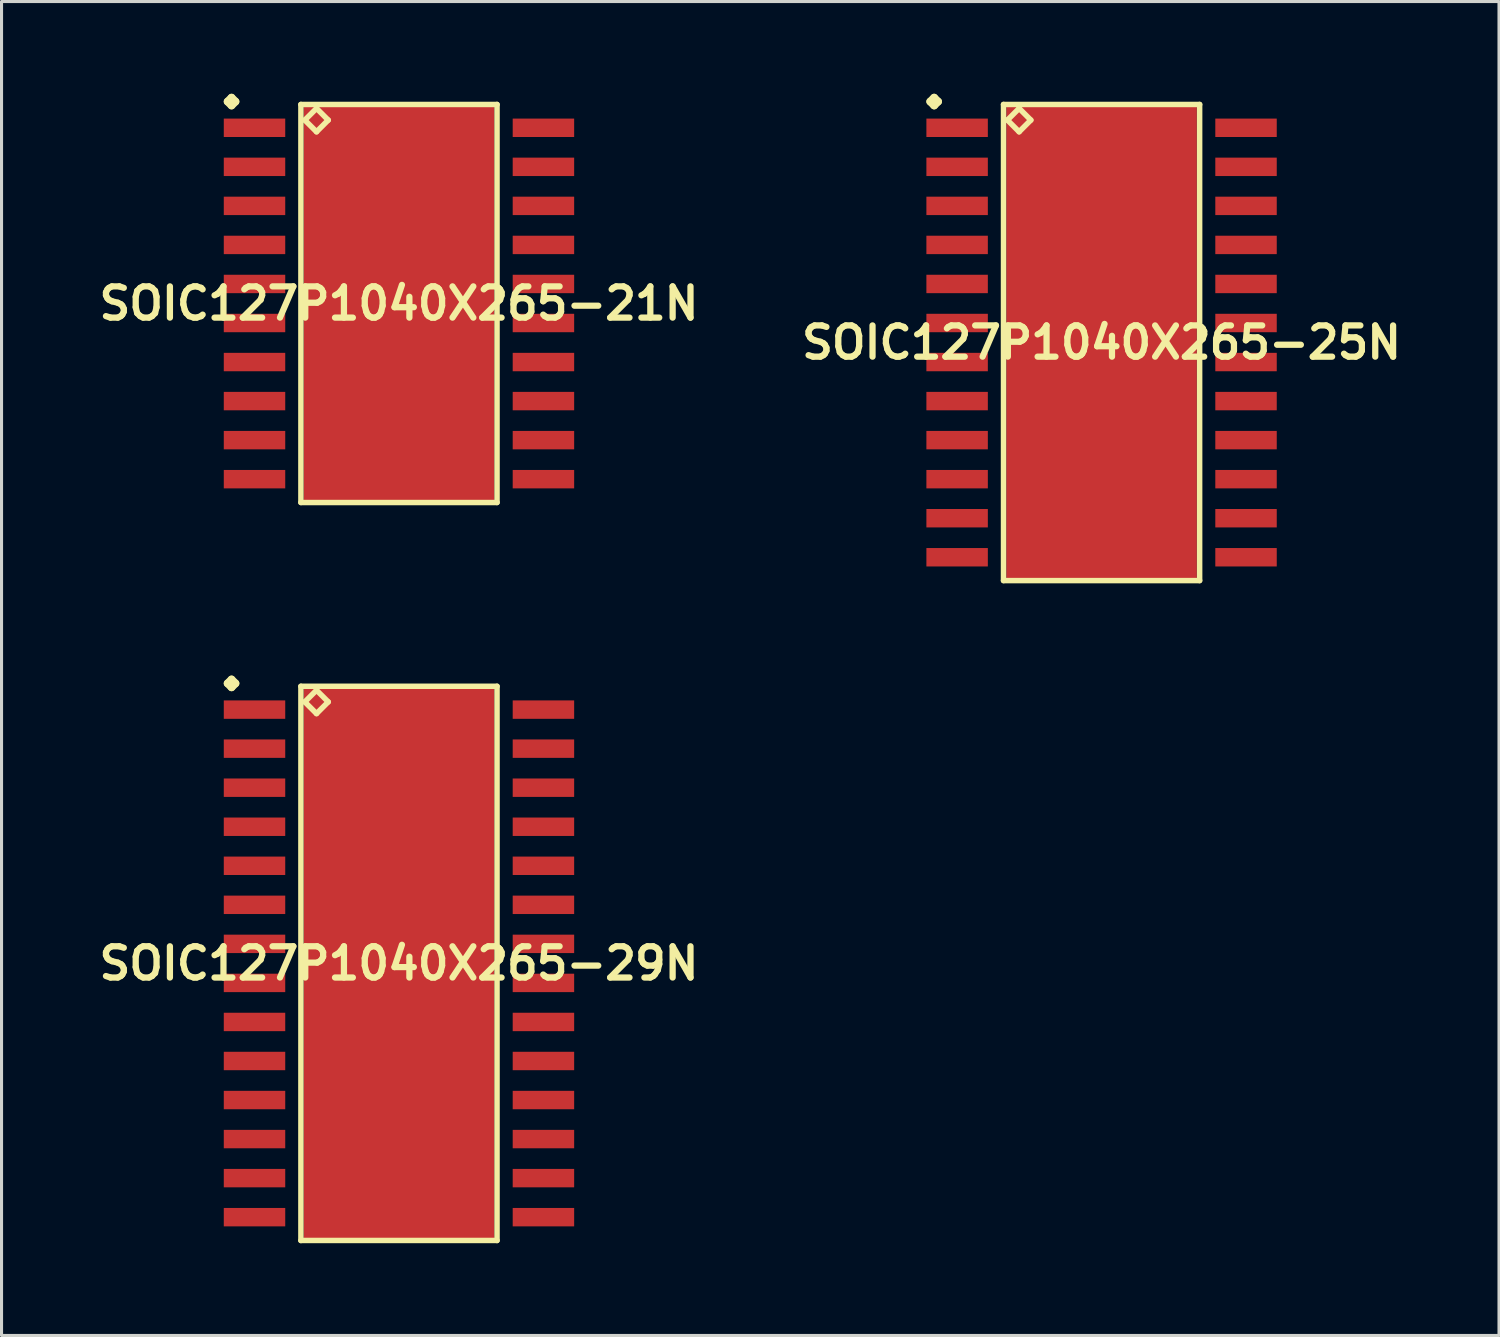
<source format=kicad_pcb>
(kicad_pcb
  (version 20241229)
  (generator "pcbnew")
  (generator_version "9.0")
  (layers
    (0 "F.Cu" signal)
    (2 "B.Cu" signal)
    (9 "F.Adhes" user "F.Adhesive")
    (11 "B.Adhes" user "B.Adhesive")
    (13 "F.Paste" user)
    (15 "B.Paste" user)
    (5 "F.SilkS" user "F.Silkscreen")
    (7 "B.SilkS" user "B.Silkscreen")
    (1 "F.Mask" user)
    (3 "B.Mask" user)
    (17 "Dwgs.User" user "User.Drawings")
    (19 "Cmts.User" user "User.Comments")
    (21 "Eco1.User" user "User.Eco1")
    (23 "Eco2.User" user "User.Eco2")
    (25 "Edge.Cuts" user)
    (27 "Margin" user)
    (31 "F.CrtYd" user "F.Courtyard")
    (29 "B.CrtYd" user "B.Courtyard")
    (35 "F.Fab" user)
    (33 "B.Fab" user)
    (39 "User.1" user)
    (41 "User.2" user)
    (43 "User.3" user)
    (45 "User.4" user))
  (footprint "SOIC127P1040X265-29N"
    (layer "F.Cu")
    (at 9.928 28.288)
    (property "Reference" "SOIC127P1040X265-29N" (at 0 0 0) (layer "F.SilkS") (effects (font (size 1.016 1.016) (thickness 0.203))))
    (attr smd)
    (fp_line (start -5.573 -9.108) (end -5.446 -9.235) (stroke (width 0.254) (type solid)) (layer "F.SilkS"))
    (fp_line (start -5.446 -9.235) (end -5.319 -9.108) (stroke (width 0.254) (type solid)) (layer "F.SilkS"))
    (fp_line (start -5.446 -8.981) (end -5.573 -9.108) (stroke (width 0.254) (type solid)) (layer "F.SilkS"))
    (fp_line (start -5.319 -9.108) (end -5.446 -8.981) (stroke (width 0.254) (type solid)) (layer "F.SilkS"))
    (fp_line (start -3.19 -9.014) (end -3.19 9.014) (stroke (width 0.178) (type solid)) (layer "F.SilkS"))
    (fp_line (start -3.19 9.014) (end 3.19 9.014) (stroke (width 0.178) (type solid)) (layer "F.SilkS"))
    (fp_line (start -3.063 -8.506) (end -2.682 -8.887) (stroke (width 0.178) (type solid)) (layer "F.SilkS"))
    (fp_line (start -2.682 -8.887) (end -2.301 -8.506) (stroke (width 0.178) (type solid)) (layer "F.SilkS"))
    (fp_line (start -2.682 -8.125) (end -3.063 -8.506) (stroke (width 0.178) (type solid)) (layer "F.SilkS"))
    (fp_line (start -2.301 -8.506) (end -2.682 -8.125) (stroke (width 0.178) (type solid)) (layer "F.SilkS"))
    (fp_line (start 3.19 -9.014) (end -3.19 -9.014) (stroke (width 0.178) (type solid)) (layer "F.SilkS"))
    (fp_line (start 3.19 9.014) (end 3.19 -9.014) (stroke (width 0.178) (type solid)) (layer "F.SilkS"))
    (pad "1" smd rect (at -4.699 -8.255) (size 1.999 0.599) (layers "F.Cu" "F.Mask" "F.Paste"))
    (pad "2" smd rect (at -4.699 -6.985) (size 1.999 0.599) (layers "F.Cu" "F.Mask" "F.Paste"))
    (pad "3" smd rect (at -4.699 -5.715) (size 1.999 0.599) (layers "F.Cu" "F.Mask" "F.Paste"))
    (pad "4" smd rect (at -4.699 -4.445) (size 1.999 0.599) (layers "F.Cu" "F.Mask" "F.Paste"))
    (pad "5" smd rect (at -4.699 -3.175) (size 1.999 0.599) (layers "F.Cu" "F.Mask" "F.Paste"))
    (pad "6" smd rect (at -4.699 -1.905) (size 1.999 0.599) (layers "F.Cu" "F.Mask" "F.Paste"))
    (pad "7" smd rect (at -4.699 -0.635) (size 1.999 0.599) (layers "F.Cu" "F.Mask" "F.Paste"))
    (pad "8" smd rect (at -4.699 0.635) (size 1.999 0.599) (layers "F.Cu" "F.Mask" "F.Paste"))
    (pad "9" smd rect (at -4.699 1.905) (size 1.999 0.599) (layers "F.Cu" "F.Mask" "F.Paste"))
    (pad "10" smd rect (at -4.699 3.175) (size 1.999 0.599) (layers "F.Cu" "F.Mask" "F.Paste"))
    (pad "11" smd rect (at -4.699 4.445) (size 1.999 0.599) (layers "F.Cu" "F.Mask" "F.Paste"))
    (pad "12" smd rect (at -4.699 5.715) (size 1.999 0.599) (layers "F.Cu" "F.Mask" "F.Paste"))
    (pad "13" smd rect (at -4.699 6.985) (size 1.999 0.599) (layers "F.Cu" "F.Mask" "F.Paste"))
    (pad "14" smd rect (at -4.699 8.255) (size 1.999 0.599) (layers "F.Cu" "F.Mask" "F.Paste"))
    (pad "15" smd rect (at 4.699 8.255) (size 1.999 0.599) (layers "F.Cu" "F.Mask" "F.Paste"))
    (pad "16" smd rect (at 4.699 6.985) (size 1.999 0.599) (layers "F.Cu" "F.Mask" "F.Paste"))
    (pad "17" smd rect (at 4.699 5.715) (size 1.999 0.599) (layers "F.Cu" "F.Mask" "F.Paste"))
    (pad "18" smd rect (at 4.699 4.445) (size 1.999 0.599) (layers "F.Cu" "F.Mask" "F.Paste"))
    (pad "19" smd rect (at 4.699 3.175) (size 1.999 0.599) (layers "F.Cu" "F.Mask" "F.Paste"))
    (pad "20" smd rect (at 4.699 1.905) (size 1.999 0.599) (layers "F.Cu" "F.Mask" "F.Paste"))
    (pad "21" smd rect (at 4.699 0.635) (size 1.999 0.599) (layers "F.Cu" "F.Mask" "F.Paste"))
    (pad "22" smd rect (at 4.699 -0.635) (size 1.999 0.599) (layers "F.Cu" "F.Mask" "F.Paste"))
    (pad "23" smd rect (at 4.699 -1.905) (size 1.999 0.599) (layers "F.Cu" "F.Mask" "F.Paste"))
    (pad "24" smd rect (at 4.699 -3.175) (size 1.999 0.599) (layers "F.Cu" "F.Mask" "F.Paste"))
    (pad "25" smd rect (at 4.699 -4.445) (size 1.999 0.599) (layers "F.Cu" "F.Mask" "F.Paste"))
    (pad "26" smd rect (at 4.699 -5.715) (size 1.999 0.599) (layers "F.Cu" "F.Mask" "F.Paste"))
    (pad "27" smd rect (at 4.699 -6.985) (size 1.999 0.599) (layers "F.Cu" "F.Mask" "F.Paste"))
    (pad "28" smd rect (at 4.699 -8.255) (size 1.999 0.599) (layers "F.Cu" "F.Mask" "F.Paste"))
    (pad "29" smd rect (at 0 0) (size 6.198 17.998) (layers "F.Cu" "F.Mask" "F.Paste")))
  (footprint "SOIC127P1040X265-25N"
    (layer "F.Cu")
    (at 32.783 8.092)
    (property "Reference" "SOIC127P1040X265-25N" (at 0 0 0) (layer "F.SilkS") (effects (font (size 1.016 1.016) (thickness 0.203))))
    (attr smd)
    (fp_line (start -5.573 -7.838) (end -5.446 -7.965) (stroke (width 0.254) (type solid)) (layer "F.SilkS"))
    (fp_line (start -5.446 -7.965) (end -5.319 -7.838) (stroke (width 0.254) (type solid)) (layer "F.SilkS"))
    (fp_line (start -5.446 -7.711) (end -5.573 -7.838) (stroke (width 0.254) (type solid)) (layer "F.SilkS"))
    (fp_line (start -5.319 -7.838) (end -5.446 -7.711) (stroke (width 0.254) (type solid)) (layer "F.SilkS"))
    (fp_line (start -3.19 -7.744) (end -3.19 7.744) (stroke (width 0.178) (type solid)) (layer "F.SilkS"))
    (fp_line (start -3.19 7.744) (end 3.19 7.744) (stroke (width 0.178) (type solid)) (layer "F.SilkS"))
    (fp_line (start -3.063 -7.236) (end -2.682 -7.617) (stroke (width 0.178) (type solid)) (layer "F.SilkS"))
    (fp_line (start -2.682 -7.617) (end -2.301 -7.236) (stroke (width 0.178) (type solid)) (layer "F.SilkS"))
    (fp_line (start -2.682 -6.855) (end -3.063 -7.236) (stroke (width 0.178) (type solid)) (layer "F.SilkS"))
    (fp_line (start -2.301 -7.236) (end -2.682 -6.855) (stroke (width 0.178) (type solid)) (layer "F.SilkS"))
    (fp_line (start 3.19 -7.744) (end -3.19 -7.744) (stroke (width 0.178) (type solid)) (layer "F.SilkS"))
    (fp_line (start 3.19 7.744) (end 3.19 -7.744) (stroke (width 0.178) (type solid)) (layer "F.SilkS"))
    (pad "1" smd rect (at -4.699 -6.985) (size 1.999 0.599) (layers "F.Cu" "F.Mask" "F.Paste"))
    (pad "2" smd rect (at -4.699 -5.715) (size 1.999 0.599) (layers "F.Cu" "F.Mask" "F.Paste"))
    (pad "3" smd rect (at -4.699 -4.445) (size 1.999 0.599) (layers "F.Cu" "F.Mask" "F.Paste"))
    (pad "4" smd rect (at -4.699 -3.175) (size 1.999 0.599) (layers "F.Cu" "F.Mask" "F.Paste"))
    (pad "5" smd rect (at -4.699 -1.905) (size 1.999 0.599) (layers "F.Cu" "F.Mask" "F.Paste"))
    (pad "6" smd rect (at -4.699 -0.635) (size 1.999 0.599) (layers "F.Cu" "F.Mask" "F.Paste"))
    (pad "7" smd rect (at -4.699 0.635) (size 1.999 0.599) (layers "F.Cu" "F.Mask" "F.Paste"))
    (pad "8" smd rect (at -4.699 1.905) (size 1.999 0.599) (layers "F.Cu" "F.Mask" "F.Paste"))
    (pad "9" smd rect (at -4.699 3.175) (size 1.999 0.599) (layers "F.Cu" "F.Mask" "F.Paste"))
    (pad "10" smd rect (at -4.699 4.445) (size 1.999 0.599) (layers "F.Cu" "F.Mask" "F.Paste"))
    (pad "11" smd rect (at -4.699 5.715) (size 1.999 0.599) (layers "F.Cu" "F.Mask" "F.Paste"))
    (pad "12" smd rect (at -4.699 6.985) (size 1.999 0.599) (layers "F.Cu" "F.Mask" "F.Paste"))
    (pad "13" smd rect (at 4.699 6.985) (size 1.999 0.599) (layers "F.Cu" "F.Mask" "F.Paste"))
    (pad "14" smd rect (at 4.699 5.715) (size 1.999 0.599) (layers "F.Cu" "F.Mask" "F.Paste"))
    (pad "15" smd rect (at 4.699 4.445) (size 1.999 0.599) (layers "F.Cu" "F.Mask" "F.Paste"))
    (pad "16" smd rect (at 4.699 3.175) (size 1.999 0.599) (layers "F.Cu" "F.Mask" "F.Paste"))
    (pad "17" smd rect (at 4.699 1.905) (size 1.999 0.599) (layers "F.Cu" "F.Mask" "F.Paste"))
    (pad "18" smd rect (at 4.699 0.635) (size 1.999 0.599) (layers "F.Cu" "F.Mask" "F.Paste"))
    (pad "19" smd rect (at 4.699 -0.635) (size 1.999 0.599) (layers "F.Cu" "F.Mask" "F.Paste"))
    (pad "20" smd rect (at 4.699 -1.905) (size 1.999 0.599) (layers "F.Cu" "F.Mask" "F.Paste"))
    (pad "21" smd rect (at 4.699 -3.175) (size 1.999 0.599) (layers "F.Cu" "F.Mask" "F.Paste"))
    (pad "22" smd rect (at 4.699 -4.445) (size 1.999 0.599) (layers "F.Cu" "F.Mask" "F.Paste"))
    (pad "23" smd rect (at 4.699 -5.715) (size 1.999 0.599) (layers "F.Cu" "F.Mask" "F.Paste"))
    (pad "24" smd rect (at 4.699 -6.985) (size 1.999 0.599) (layers "F.Cu" "F.Mask" "F.Paste"))
    (pad "25" smd rect (at 0 0) (size 6.198 15.448) (layers "F.Cu" "F.Mask" "F.Paste")))
  (footprint "SOIC127P1040X265-21N"
    (layer "F.Cu")
    (at 9.928 6.822)
    (property "Reference" "SOIC127P1040X265-21N" (at 0 0 0) (layer "F.SilkS") (effects (font (size 1.016 1.016) (thickness 0.203))))
    (attr smd)
    (fp_line (start -5.573 -6.568) (end -5.446 -6.695) (stroke (width 0.254) (type solid)) (layer "F.SilkS"))
    (fp_line (start -5.446 -6.695) (end -5.319 -6.568) (stroke (width 0.254) (type solid)) (layer "F.SilkS"))
    (fp_line (start -5.446 -6.441) (end -5.573 -6.568) (stroke (width 0.254) (type solid)) (layer "F.SilkS"))
    (fp_line (start -5.319 -6.568) (end -5.446 -6.441) (stroke (width 0.254) (type solid)) (layer "F.SilkS"))
    (fp_line (start -3.19 -6.474) (end -3.19 6.474) (stroke (width 0.178) (type solid)) (layer "F.SilkS"))
    (fp_line (start -3.19 6.474) (end 3.19 6.474) (stroke (width 0.178) (type solid)) (layer "F.SilkS"))
    (fp_line (start -3.063 -5.966) (end -2.682 -6.347) (stroke (width 0.178) (type solid)) (layer "F.SilkS"))
    (fp_line (start -2.682 -6.347) (end -2.301 -5.966) (stroke (width 0.178) (type solid)) (layer "F.SilkS"))
    (fp_line (start -2.682 -5.585) (end -3.063 -5.966) (stroke (width 0.178) (type solid)) (layer "F.SilkS"))
    (fp_line (start -2.301 -5.966) (end -2.682 -5.585) (stroke (width 0.178) (type solid)) (layer "F.SilkS"))
    (fp_line (start 3.19 -6.474) (end -3.19 -6.474) (stroke (width 0.178) (type solid)) (layer "F.SilkS"))
    (fp_line (start 3.19 6.474) (end 3.19 -6.474) (stroke (width 0.178) (type solid)) (layer "F.SilkS"))
    (pad "1" smd rect (at -4.699 -5.715) (size 1.999 0.599) (layers "F.Cu" "F.Mask" "F.Paste"))
    (pad "2" smd rect (at -4.699 -4.445) (size 1.999 0.599) (layers "F.Cu" "F.Mask" "F.Paste"))
    (pad "3" smd rect (at -4.699 -3.175) (size 1.999 0.599) (layers "F.Cu" "F.Mask" "F.Paste"))
    (pad "4" smd rect (at -4.699 -1.905) (size 1.999 0.599) (layers "F.Cu" "F.Mask" "F.Paste"))
    (pad "5" smd rect (at -4.699 -0.635) (size 1.999 0.599) (layers "F.Cu" "F.Mask" "F.Paste"))
    (pad "6" smd rect (at -4.699 0.635) (size 1.999 0.599) (layers "F.Cu" "F.Mask" "F.Paste"))
    (pad "7" smd rect (at -4.699 1.905) (size 1.999 0.599) (layers "F.Cu" "F.Mask" "F.Paste"))
    (pad "8" smd rect (at -4.699 3.175) (size 1.999 0.599) (layers "F.Cu" "F.Mask" "F.Paste"))
    (pad "9" smd rect (at -4.699 4.445) (size 1.999 0.599) (layers "F.Cu" "F.Mask" "F.Paste"))
    (pad "10" smd rect (at -4.699 5.715) (size 1.999 0.599) (layers "F.Cu" "F.Mask" "F.Paste"))
    (pad "11" smd rect (at 4.699 5.715) (size 1.999 0.599) (layers "F.Cu" "F.Mask" "F.Paste"))
    (pad "12" smd rect (at 4.699 4.445) (size 1.999 0.599) (layers "F.Cu" "F.Mask" "F.Paste"))
    (pad "13" smd rect (at 4.699 3.175) (size 1.999 0.599) (layers "F.Cu" "F.Mask" "F.Paste"))
    (pad "14" smd rect (at 4.699 1.905) (size 1.999 0.599) (layers "F.Cu" "F.Mask" "F.Paste"))
    (pad "15" smd rect (at 4.699 0.635) (size 1.999 0.599) (layers "F.Cu" "F.Mask" "F.Paste"))
    (pad "16" smd rect (at 4.699 -0.635) (size 1.999 0.599) (layers "F.Cu" "F.Mask" "F.Paste"))
    (pad "17" smd rect (at 4.699 -1.905) (size 1.999 0.599) (layers "F.Cu" "F.Mask" "F.Paste"))
    (pad "18" smd rect (at 4.699 -3.175) (size 1.999 0.599) (layers "F.Cu" "F.Mask" "F.Paste"))
    (pad "19" smd rect (at 4.699 -4.445) (size 1.999 0.599) (layers "F.Cu" "F.Mask" "F.Paste"))
    (pad "20" smd rect (at 4.699 -5.715) (size 1.999 0.599) (layers "F.Cu" "F.Mask" "F.Paste"))
    (pad "21" smd rect (at 0 0) (size 6.198 12.949) (layers "F.Cu" "F.Mask" "F.Paste")))
  (gr_rect
    (start -3 -3)
    (end 45.711 40.392)
    (stroke (width 0.1) (type default))
    (fill no)
    (layer "Edge.Cuts")))
</source>
